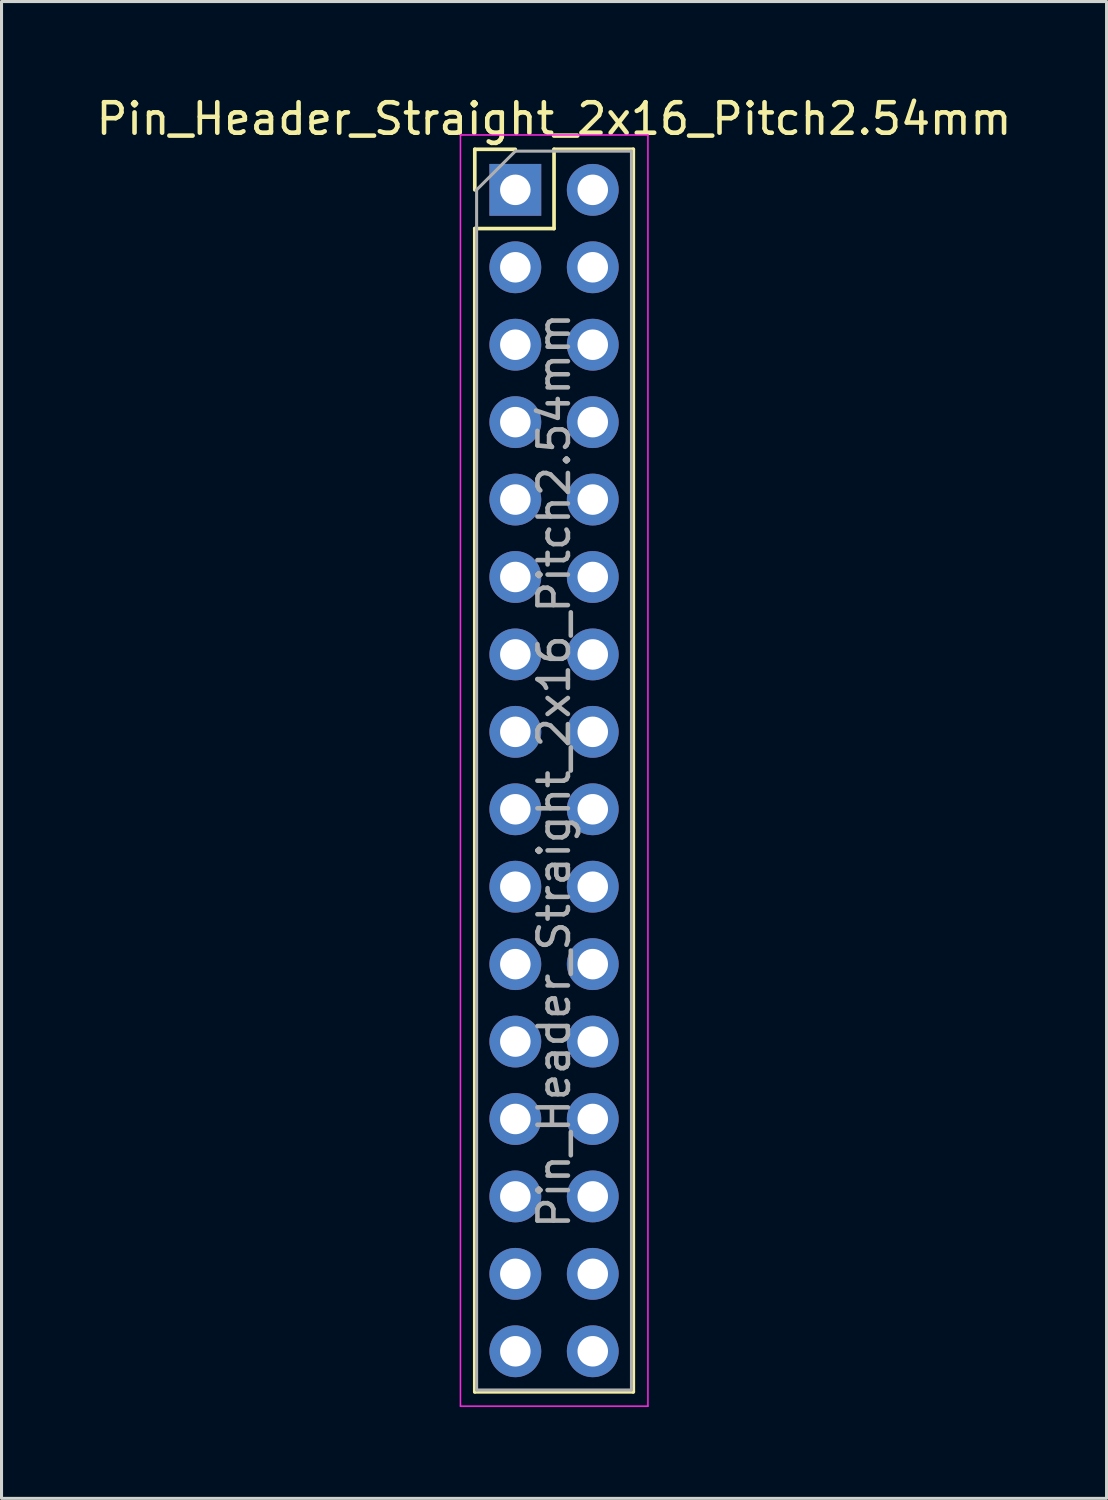
<source format=kicad_pcb>
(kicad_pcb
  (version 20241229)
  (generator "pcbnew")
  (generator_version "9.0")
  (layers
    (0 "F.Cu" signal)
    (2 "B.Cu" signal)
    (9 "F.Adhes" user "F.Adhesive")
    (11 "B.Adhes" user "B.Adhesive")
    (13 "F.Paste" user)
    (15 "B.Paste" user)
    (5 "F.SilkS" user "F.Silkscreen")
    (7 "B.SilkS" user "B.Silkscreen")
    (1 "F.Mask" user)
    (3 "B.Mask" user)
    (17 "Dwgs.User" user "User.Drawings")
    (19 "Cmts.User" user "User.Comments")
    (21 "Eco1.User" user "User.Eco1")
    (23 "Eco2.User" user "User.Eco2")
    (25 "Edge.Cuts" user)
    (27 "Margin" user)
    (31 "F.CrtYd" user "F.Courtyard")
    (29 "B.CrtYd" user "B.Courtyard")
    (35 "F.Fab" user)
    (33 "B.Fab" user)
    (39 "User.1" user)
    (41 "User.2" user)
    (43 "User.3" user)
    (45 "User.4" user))
  (footprint "Pin_Header_Straight_2x16_Pitch2.54mm"
    (layer "F.Cu")
    (at 13.855 3.178)
    (property "Reference" "Pin_Header_Straight_2x16_Pitch2.54mm" (at 1.27 -2.33 0) (layer "F.SilkS") (effects (font (size 1 1) (thickness 0.15))))
    (attr through_hole)
    (fp_line (start -1.33 -1.33) (end 0 -1.33) (stroke (width 0.12) (type solid)) (layer "F.SilkS"))
    (fp_line (start -1.33 0) (end -1.33 -1.33) (stroke (width 0.12) (type solid)) (layer "F.SilkS"))
    (fp_line (start -1.33 1.27) (end -1.33 39.43) (stroke (width 0.12) (type solid)) (layer "F.SilkS"))
    (fp_line (start -1.33 1.27) (end 1.27 1.27) (stroke (width 0.12) (type solid)) (layer "F.SilkS"))
    (fp_line (start -1.33 39.43) (end 3.87 39.43) (stroke (width 0.12) (type solid)) (layer "F.SilkS"))
    (fp_line (start 1.27 -1.33) (end 3.87 -1.33) (stroke (width 0.12) (type solid)) (layer "F.SilkS"))
    (fp_line (start 1.27 1.27) (end 1.27 -1.33) (stroke (width 0.12) (type solid)) (layer "F.SilkS"))
    (fp_line (start 3.87 -1.33) (end 3.87 39.43) (stroke (width 0.12) (type solid)) (layer "F.SilkS"))
    (fp_line (start -1.8 -1.8) (end -1.8 39.9) (stroke (width 0.05) (type solid)) (layer "F.CrtYd"))
    (fp_line (start -1.8 39.9) (end 4.35 39.9) (stroke (width 0.05) (type solid)) (layer "F.CrtYd"))
    (fp_line (start 4.35 -1.8) (end -1.8 -1.8) (stroke (width 0.05) (type solid)) (layer "F.CrtYd"))
    (fp_line (start 4.35 39.9) (end 4.35 -1.8) (stroke (width 0.05) (type solid)) (layer "F.CrtYd"))
    (fp_line (start -1.27 0) (end 0 -1.27) (stroke (width 0.1) (type solid)) (layer "F.Fab"))
    (fp_line (start -1.27 39.37) (end -1.27 0) (stroke (width 0.1) (type solid)) (layer "F.Fab"))
    (fp_line (start 0 -1.27) (end 3.81 -1.27) (stroke (width 0.1) (type solid)) (layer "F.Fab"))
    (fp_line (start 3.81 -1.27) (end 3.81 39.37) (stroke (width 0.1) (type solid)) (layer "F.Fab"))
    (fp_line (start 3.81 39.37) (end -1.27 39.37) (stroke (width 0.1) (type solid)) (layer "F.Fab"))
    (fp_text user "${REFERENCE}" (at 1.27 19.05 90) (layer "F.Fab") (effects (font (size 1 1) (thickness 0.15))))
    (pad "1" thru_hole rect (at 0 0) (size 1.7 1.7) (drill 1) (layers "*.Cu" "*.Mask"))
    (pad "2" thru_hole oval (at 2.54 0) (size 1.7 1.7) (drill 1) (layers "*.Cu" "*.Mask"))
    (pad "3" thru_hole oval (at 0 2.54) (size 1.7 1.7) (drill 1) (layers "*.Cu" "*.Mask"))
    (pad "4" thru_hole oval (at 2.54 2.54) (size 1.7 1.7) (drill 1) (layers "*.Cu" "*.Mask"))
    (pad "5" thru_hole oval (at 0 5.08) (size 1.7 1.7) (drill 1) (layers "*.Cu" "*.Mask"))
    (pad "6" thru_hole oval (at 2.54 5.08) (size 1.7 1.7) (drill 1) (layers "*.Cu" "*.Mask"))
    (pad "7" thru_hole oval (at 0 7.62) (size 1.7 1.7) (drill 1) (layers "*.Cu" "*.Mask"))
    (pad "8" thru_hole oval (at 2.54 7.62) (size 1.7 1.7) (drill 1) (layers "*.Cu" "*.Mask"))
    (pad "9" thru_hole oval (at 0 10.16) (size 1.7 1.7) (drill 1) (layers "*.Cu" "*.Mask"))
    (pad "10" thru_hole oval (at 2.54 10.16) (size 1.7 1.7) (drill 1) (layers "*.Cu" "*.Mask"))
    (pad "11" thru_hole oval (at 0 12.7) (size 1.7 1.7) (drill 1) (layers "*.Cu" "*.Mask"))
    (pad "12" thru_hole oval (at 2.54 12.7) (size 1.7 1.7) (drill 1) (layers "*.Cu" "*.Mask"))
    (pad "13" thru_hole oval (at 0 15.24) (size 1.7 1.7) (drill 1) (layers "*.Cu" "*.Mask"))
    (pad "14" thru_hole oval (at 2.54 15.24) (size 1.7 1.7) (drill 1) (layers "*.Cu" "*.Mask"))
    (pad "15" thru_hole oval (at 0 17.78) (size 1.7 1.7) (drill 1) (layers "*.Cu" "*.Mask"))
    (pad "16" thru_hole oval (at 2.54 17.78) (size 1.7 1.7) (drill 1) (layers "*.Cu" "*.Mask"))
    (pad "17" thru_hole oval (at 0 20.32) (size 1.7 1.7) (drill 1) (layers "*.Cu" "*.Mask"))
    (pad "18" thru_hole oval (at 2.54 20.32) (size 1.7 1.7) (drill 1) (layers "*.Cu" "*.Mask"))
    (pad "19" thru_hole oval (at 0 22.86) (size 1.7 1.7) (drill 1) (layers "*.Cu" "*.Mask"))
    (pad "20" thru_hole oval (at 2.54 22.86) (size 1.7 1.7) (drill 1) (layers "*.Cu" "*.Mask"))
    (pad "21" thru_hole oval (at 0 25.4) (size 1.7 1.7) (drill 1) (layers "*.Cu" "*.Mask"))
    (pad "22" thru_hole oval (at 2.54 25.4) (size 1.7 1.7) (drill 1) (layers "*.Cu" "*.Mask"))
    (pad "23" thru_hole oval (at 0 27.94) (size 1.7 1.7) (drill 1) (layers "*.Cu" "*.Mask"))
    (pad "24" thru_hole oval (at 2.54 27.94) (size 1.7 1.7) (drill 1) (layers "*.Cu" "*.Mask"))
    (pad "25" thru_hole oval (at 0 30.48) (size 1.7 1.7) (drill 1) (layers "*.Cu" "*.Mask"))
    (pad "26" thru_hole oval (at 2.54 30.48) (size 1.7 1.7) (drill 1) (layers "*.Cu" "*.Mask"))
    (pad "27" thru_hole oval (at 0 33.02) (size 1.7 1.7) (drill 1) (layers "*.Cu" "*.Mask"))
    (pad "28" thru_hole oval (at 2.54 33.02) (size 1.7 1.7) (drill 1) (layers "*.Cu" "*.Mask"))
    (pad "29" thru_hole oval (at 0 35.56) (size 1.7 1.7) (drill 1) (layers "*.Cu" "*.Mask"))
    (pad "30" thru_hole oval (at 2.54 35.56) (size 1.7 1.7) (drill 1) (layers "*.Cu" "*.Mask"))
    (pad "31" thru_hole oval (at 0 38.1) (size 1.7 1.7) (drill 1) (layers "*.Cu" "*.Mask"))
    (pad "32" thru_hole oval (at 2.54 38.1) (size 1.7 1.7) (drill 1) (layers "*.Cu" "*.Mask")))
  (gr_rect
    (start -3 -3)
    (end 33.25 46.103)
    (stroke (width 0.1) (type default))
    (fill no)
    (layer "Edge.Cuts")))
</source>
